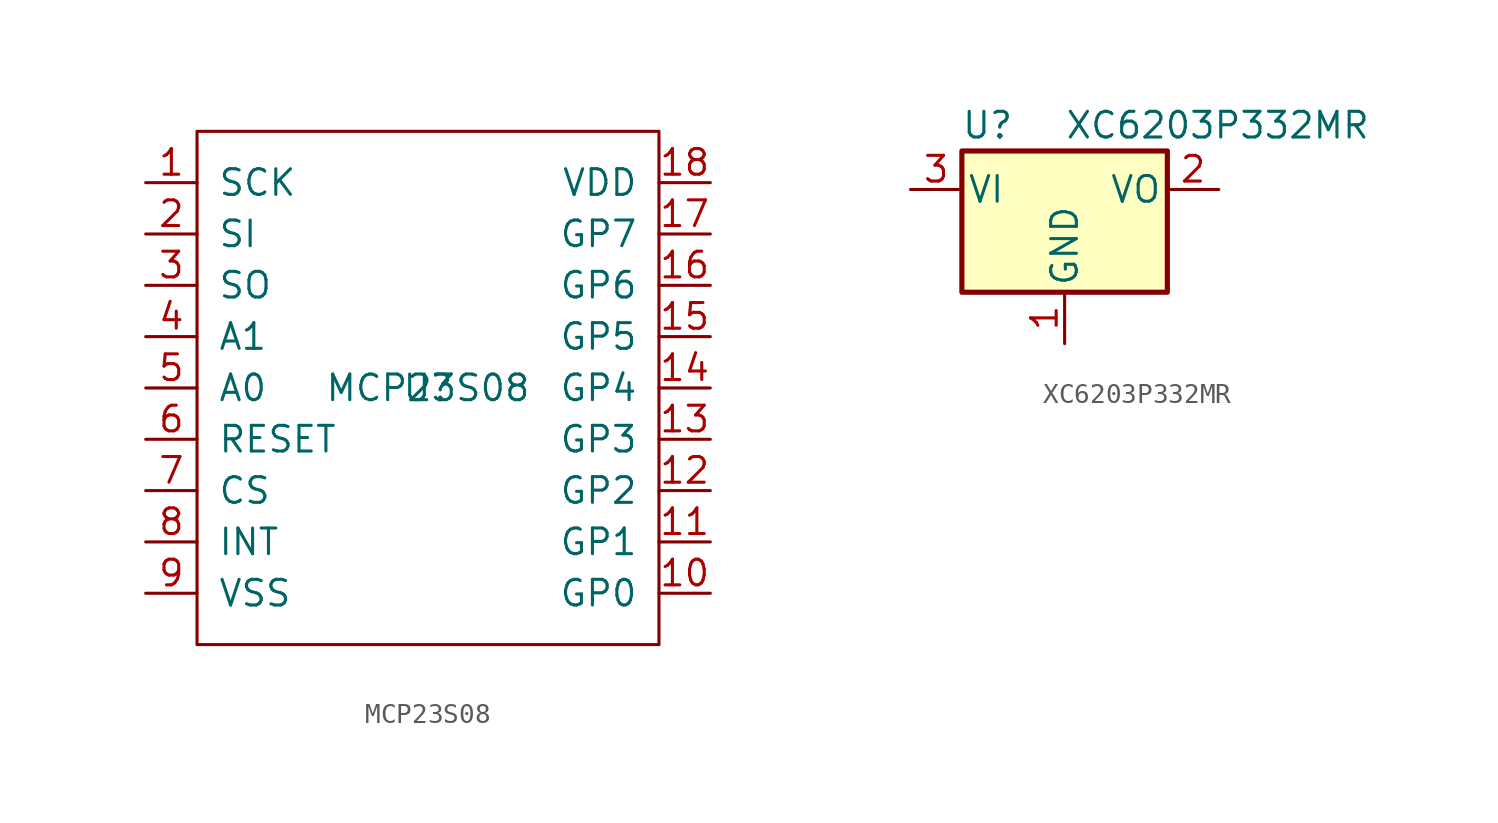
<source format=kicad_sym>
(kicad_symbol_lib
  (version 20231120)
  (generator "kicad_symbol_editor")
  (generator_version "8.0")
  (symbol "MCP23S08"
    (pin_names
      (offset 1.016))
    (property "Reference" "U"
      (at 0 0 0)
      (effects (font (size 1.27 1.27))))
    (property "Value" "MCP23S08"
      (at 0 0 0)
      (effects (font (size 1.27 1.27))))
    (symbol "MCP23S08_0_1"
      (rectangle (start 11.43 12.7) (end -11.43 -12.7) (stroke (width 0) (type solid)) (fill (type none))))
    (symbol "MCP23S08_1_1"
      (pin input line (at -13.97 10.16 0) (length 2.54) (name "SCK" (effects (font (size 1.27 1.27)))) (number "1" (effects (font (size 1.27 1.27)))))
      (pin input line (at 13.97 -10.16 180) (length 2.54) (name "GP0" (effects (font (size 1.27 1.27)))) (number "10" (effects (font (size 1.27 1.27)))))
      (pin input line (at 13.97 -7.62 180) (length 2.54) (name "GP1" (effects (font (size 1.27 1.27)))) (number "11" (effects (font (size 1.27 1.27)))))
      (pin input line (at 13.97 -5.08 180) (length 2.54) (name "GP2" (effects (font (size 1.27 1.27)))) (number "12" (effects (font (size 1.27 1.27)))))
      (pin input line (at 13.97 -2.54 180) (length 2.54) (name "GP3" (effects (font (size 1.27 1.27)))) (number "13" (effects (font (size 1.27 1.27)))))
      (pin input line (at 13.97 0 180) (length 2.54) (name "GP4" (effects (font (size 1.27 1.27)))) (number "14" (effects (font (size 1.27 1.27)))))
      (pin input line (at 13.97 2.54 180) (length 2.54) (name "GP5" (effects (font (size 1.27 1.27)))) (number "15" (effects (font (size 1.27 1.27)))))
      (pin input line (at 13.97 5.08 180) (length 2.54) (name "GP6" (effects (font (size 1.27 1.27)))) (number "16" (effects (font (size 1.27 1.27)))))
      (pin input line (at 13.97 7.62 180) (length 2.54) (name "GP7" (effects (font (size 1.27 1.27)))) (number "17" (effects (font (size 1.27 1.27)))))
      (pin input line (at 13.97 10.16 180) (length 2.54) (name "VDD" (effects (font (size 1.27 1.27)))) (number "18" (effects (font (size 1.27 1.27)))))
      (pin input line (at -13.97 7.62 0) (length 2.54) (name "SI" (effects (font (size 1.27 1.27)))) (number "2" (effects (font (size 1.27 1.27)))))
      (pin input line (at -13.97 5.08 0) (length 2.54) (name "SO" (effects (font (size 1.27 1.27)))) (number "3" (effects (font (size 1.27 1.27)))))
      (pin input line (at -13.97 2.54 0) (length 2.54) (name "A1" (effects (font (size 1.27 1.27)))) (number "4" (effects (font (size 1.27 1.27)))))
      (pin input line (at -13.97 0 0) (length 2.54) (name "A0" (effects (font (size 1.27 1.27)))) (number "5" (effects (font (size 1.27 1.27)))))
      (pin input line (at -13.97 -2.54 0) (length 2.54) (name "RESET" (effects (font (size 1.27 1.27)))) (number "6" (effects (font (size 1.27 1.27)))))
      (pin input line (at -13.97 -5.08 0) (length 2.54) (name "CS" (effects (font (size 1.27 1.27)))) (number "7" (effects (font (size 1.27 1.27)))))
      (pin input line (at -13.97 -7.62 0) (length 2.54) (name "INT" (effects (font (size 1.27 1.27)))) (number "8" (effects (font (size 1.27 1.27)))))
      (pin input line (at -13.97 -10.16 0) (length 2.54) (name "VSS" (effects (font (size 1.27 1.27)))) (number "9" (effects (font (size 1.27 1.27)))))))
  (symbol "XC6203P332MR"
    (pin_names
      (offset 0.254))
    (property "Reference" "U"
      (at -3.81 3.175 0)
      (effects (font (size 1.27 1.27))))
    (property "Value" "XC6203P332MR"
      (at 0 3.175 0)
      (effects (font (size 1.27 1.27)) (justify left)))
    (symbol "XC6203P332MR_0_1"
      (rectangle (start -5.08 1.905) (end 5.08 -5.08) (stroke (width 0.254) (type solid)) (fill (type background))))
    (symbol "XC6203P332MR_1_1"
      (pin power_in line (at 0 -7.62 90) (length 2.54) (name "GND" (effects (font (size 1.27 1.27)))) (number "1" (effects (font (size 1.27 1.27)))))
      (pin power_out line (at 7.62 0 180) (length 2.54) (name "VO" (effects (font (size 1.27 1.27)))) (number "2" (effects (font (size 1.27 1.27)))))
      (pin power_in line (at -7.62 0 0) (length 2.54) (name "VI" (effects (font (size 1.27 1.27)))) (number "3" (effects (font (size 1.27 1.27))))))))
</source>
